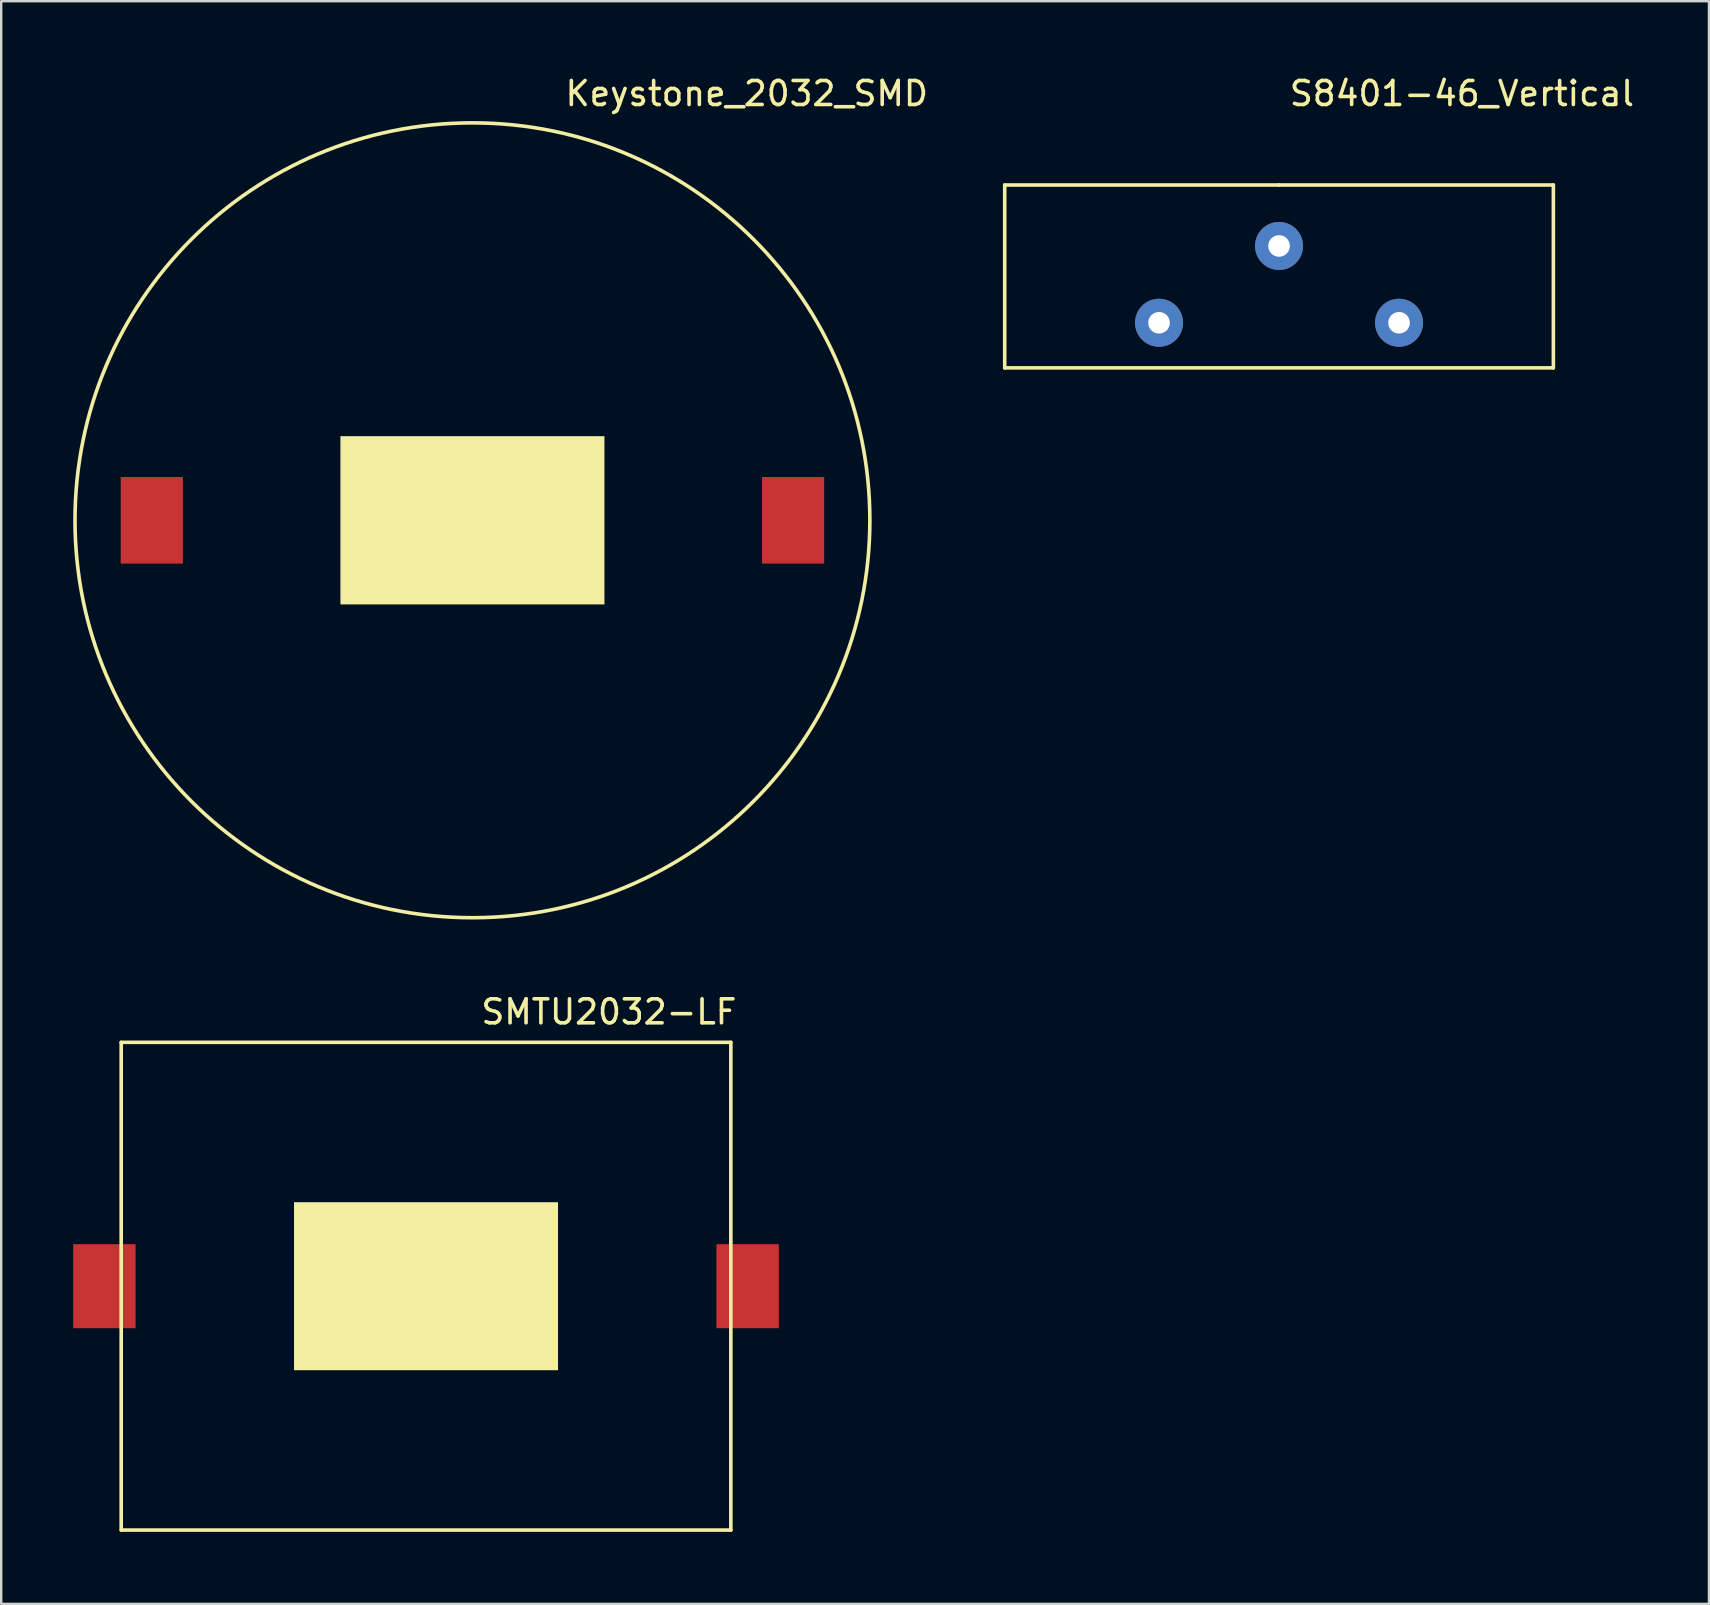
<source format=kicad_pcb>
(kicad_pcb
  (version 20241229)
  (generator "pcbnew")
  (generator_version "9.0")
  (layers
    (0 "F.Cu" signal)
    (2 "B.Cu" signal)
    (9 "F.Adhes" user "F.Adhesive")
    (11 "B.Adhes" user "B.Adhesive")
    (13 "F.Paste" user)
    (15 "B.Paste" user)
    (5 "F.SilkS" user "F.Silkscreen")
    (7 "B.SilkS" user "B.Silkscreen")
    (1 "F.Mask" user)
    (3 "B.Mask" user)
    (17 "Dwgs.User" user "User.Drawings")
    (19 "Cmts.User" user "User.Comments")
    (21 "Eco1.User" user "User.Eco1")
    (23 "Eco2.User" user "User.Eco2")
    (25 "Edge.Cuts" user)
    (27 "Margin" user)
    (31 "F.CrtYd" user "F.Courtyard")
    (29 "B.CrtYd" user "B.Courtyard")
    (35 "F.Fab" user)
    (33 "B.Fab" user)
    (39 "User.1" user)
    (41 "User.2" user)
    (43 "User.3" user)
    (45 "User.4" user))
  (footprint "S8401-46_Vertical"
    (layer "F.Cu")
    (at 50.241 7.198)
    (property "Reference" "S8401-46_Vertical" (at 7.62 -6.35 0) (layer "F.SilkS") (effects (font (size 1 1) (thickness 0.15))))
    (attr through_hole)
    (fp_line (start -11.43 -2.54) (end 0 -2.54) (stroke (width 0.15) (type solid)) (layer "F.SilkS"))
    (fp_line (start -11.43 5.08) (end -11.43 -2.54) (stroke (width 0.15) (type solid)) (layer "F.SilkS"))
    (fp_line (start 0 -2.54) (end 11.43 -2.54) (stroke (width 0.15) (type solid)) (layer "F.SilkS"))
    (fp_line (start 11.43 -2.54) (end 11.43 5.08) (stroke (width 0.15) (type solid)) (layer "F.SilkS"))
    (fp_line (start 11.43 5.08) (end -11.43 5.08) (stroke (width 0.15) (type solid)) (layer "F.SilkS"))
    (pad "1" thru_hole circle (at -5 3.2) (size 2 2) (drill 0.9) (layers "*.Cu" "*.Mask"))
    (pad "1" thru_hole circle (at 5 3.2) (size 2 2) (drill 0.9) (layers "*.Cu" "*.Mask"))
    (pad "2" thru_hole circle (at 0 0) (size 2 2) (drill 0.9) (layers "*.Cu" "*.Mask")))
  (footprint "Keystone_2032_SMD"
    (layer "F.Cu")
    (at 16.634 18.628)
    (property "Reference" "Keystone_2032_SMD" (at 11.43 -17.78 0) (layer "F.SilkS") (effects (font (size 1 1) (thickness 0.15))))
    (attr through_hole)
    (fp_circle (center 0 0) (end -13.97 -8.89) (stroke (width 0.15) (type solid)) (fill no) (layer "F.SilkS"))
    (pad "" smd rect (at 0 0) (size 11 7.01) (layers "F.SilkS"))
    (pad "1" smd rect (at 13.36 0) (size 2.59 3.61) (layers "F.Cu" "F.Mask" "F.Paste"))
    (pad "2" smd rect (at -13.36 0) (size 2.59 3.61) (layers "F.Cu" "F.Mask" "F.Paste")))
  (footprint "SMTU2032-LF"
    (layer "F.Cu")
    (at 14.7 50.54)
    (property "Reference" "SMTU2032-LF" (at 7.62 -11.43 0) (layer "F.SilkS") (effects (font (size 1 1) (thickness 0.15))))
    (attr through_hole)
    (fp_line (start -12.7 -10.16) (end 12.7 -10.16) (stroke (width 0.15) (type solid)) (layer "F.SilkS"))
    (fp_line (start -12.7 10.16) (end -12.7 -10.16) (stroke (width 0.15) (type solid)) (layer "F.SilkS"))
    (fp_line (start 12.7 -10.16) (end 12.7 10.16) (stroke (width 0.15) (type solid)) (layer "F.SilkS"))
    (fp_line (start 12.7 10.16) (end -12.7 10.16) (stroke (width 0.15) (type solid)) (layer "F.SilkS"))
    (pad "" smd rect (at 0 0) (size 11 7) (layers "F.SilkS"))
    (pad "1" smd rect (at -13.4 0) (size 2.6 3.5) (layers "F.Cu" "F.Mask" "F.Paste"))
    (pad "2" smd rect (at 13.4 0) (size 2.6 3.5) (layers "F.Cu" "F.Mask" "F.Paste")))
  (gr_rect
    (start -3 -3)
    (end 68.153 63.775)
    (stroke (width 0.1) (type default))
    (fill no)
    (layer "Edge.Cuts")))
</source>
